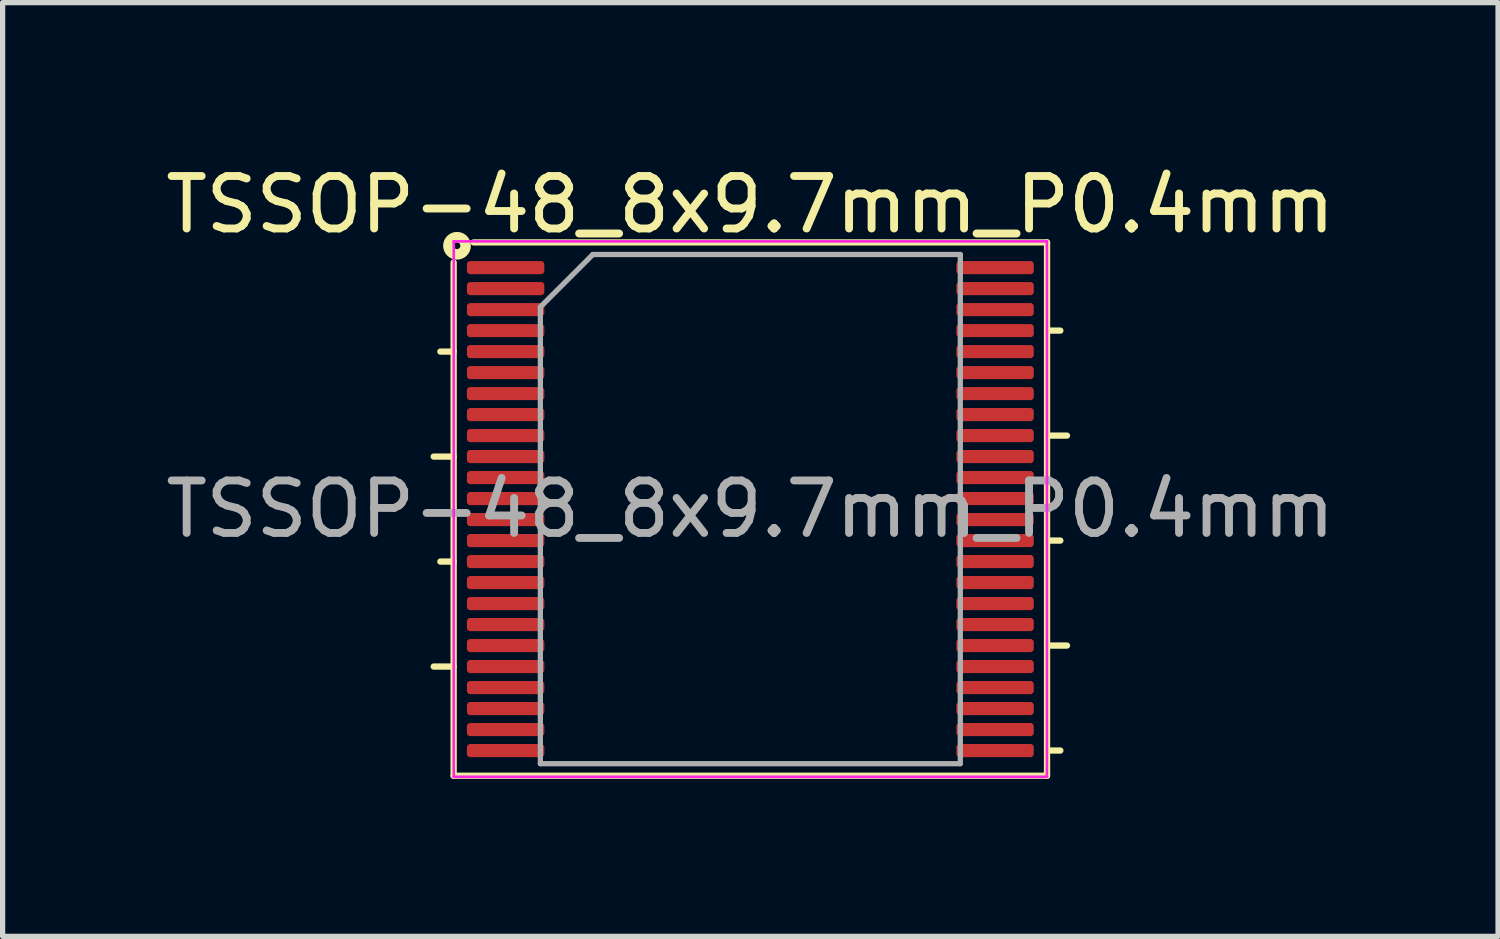
<source format=kicad_pcb>
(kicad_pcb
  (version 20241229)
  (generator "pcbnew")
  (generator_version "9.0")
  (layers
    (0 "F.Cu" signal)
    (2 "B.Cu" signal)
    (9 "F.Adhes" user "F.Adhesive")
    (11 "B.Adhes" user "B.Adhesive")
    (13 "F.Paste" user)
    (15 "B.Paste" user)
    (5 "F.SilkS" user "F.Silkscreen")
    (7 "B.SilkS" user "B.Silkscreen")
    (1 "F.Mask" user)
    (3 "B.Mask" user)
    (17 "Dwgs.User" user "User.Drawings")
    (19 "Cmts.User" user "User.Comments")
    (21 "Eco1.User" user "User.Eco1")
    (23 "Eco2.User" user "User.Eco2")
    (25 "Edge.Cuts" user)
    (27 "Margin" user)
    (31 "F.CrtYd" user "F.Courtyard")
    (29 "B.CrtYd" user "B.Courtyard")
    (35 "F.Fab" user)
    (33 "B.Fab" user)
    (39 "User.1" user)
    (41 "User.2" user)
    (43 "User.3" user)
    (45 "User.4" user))
  (footprint "TSSOP-48_8x9.7mm_P0.4mm"
    (layer "F.Cu")
    (at 11.244 6.648)
    (property "Reference" "TSSOP-48_8x9.7mm_P0.4mm" (at 0 -5.8 0) (layer "F.SilkS") (effects (font (size 1 1) (thickness 0.15))))
    (attr smd)
    (fp_line (start -6.032 -1) (end -5.652 -1) (stroke (width 0.12) (type solid)) (layer "F.SilkS"))
    (fp_line (start -6.032 3) (end -5.652 3) (stroke (width 0.12) (type solid)) (layer "F.SilkS"))
    (fp_line (start -5.905 -3) (end -5.652 -3) (stroke (width 0.12) (type solid)) (layer "F.SilkS"))
    (fp_line (start -5.905 1) (end -5.652 1) (stroke (width 0.12) (type solid)) (layer "F.SilkS"))
    (fp_line (start -5.652 -4.699) (end -5.652 5.08) (stroke (width 0.12) (type solid)) (layer "F.SilkS"))
    (fp_line (start -5.652 5.08) (end 5.652 5.08) (stroke (width 0.12) (type solid)) (layer "F.SilkS"))
    (fp_line (start 5.652 -5.08) (end -5.271 -5.08) (stroke (width 0.12) (type solid)) (layer "F.SilkS"))
    (fp_line (start 5.652 5.08) (end 5.652 -5.08) (stroke (width 0.12) (type solid)) (layer "F.SilkS"))
    (fp_line (start 5.905 -3.4) (end 5.652 -3.4) (stroke (width 0.12) (type solid)) (layer "F.SilkS"))
    (fp_line (start 5.905 0.6) (end 5.652 0.6) (stroke (width 0.12) (type solid)) (layer "F.SilkS"))
    (fp_line (start 5.905 4.6) (end 5.652 4.6) (stroke (width 0.12) (type solid)) (layer "F.SilkS"))
    (fp_line (start 6.032 -1.4) (end 5.652 -1.4) (stroke (width 0.12) (type solid)) (layer "F.SilkS"))
    (fp_line (start 6.032 2.6) (end 5.652 2.6) (stroke (width 0.12) (type solid)) (layer "F.SilkS"))
    (fp_circle (center -5.588 -5.016) (end -5.524 -5.016) (stroke (width 0.2) (type solid)) (fill no) (layer "F.SilkS"))
    (fp_line (start -5.65 -5.1) (end -5.65 5.1) (stroke (width 0.05) (type solid)) (layer "F.CrtYd"))
    (fp_line (start -5.65 5.1) (end 5.65 5.1) (stroke (width 0.05) (type solid)) (layer "F.CrtYd"))
    (fp_line (start 5.65 -5.1) (end -5.65 -5.1) (stroke (width 0.05) (type solid)) (layer "F.CrtYd"))
    (fp_line (start 5.65 5.1) (end 5.65 -5.1) (stroke (width 0.05) (type solid)) (layer "F.CrtYd"))
    (fp_line (start -4 -3.85) (end -3 -4.85) (stroke (width 0.1) (type solid)) (layer "F.Fab"))
    (fp_line (start -4 4.85) (end -4 -3.85) (stroke (width 0.1) (type solid)) (layer "F.Fab"))
    (fp_line (start -3 -4.85) (end 4 -4.85) (stroke (width 0.1) (type solid)) (layer "F.Fab"))
    (fp_line (start 4 -4.85) (end 4 4.85) (stroke (width 0.1) (type solid)) (layer "F.Fab"))
    (fp_line (start 4 4.85) (end -4 4.85) (stroke (width 0.1) (type solid)) (layer "F.Fab"))
    (fp_text user "${REFERENCE}" (at 0 0 0) (layer "F.Fab") (effects (font (size 1 1) (thickness 0.15))))
    (pad "1" smd roundrect (at -4.662 -4.6) (size 1.475 0.25) (layers "F.Cu" "F.Mask" "F.Paste") (roundrect_rratio 0.25))
    (pad "2" smd roundrect (at -4.662 -4.2) (size 1.475 0.25) (layers "F.Cu" "F.Mask" "F.Paste") (roundrect_rratio 0.25))
    (pad "3" smd roundrect (at -4.662 -3.8) (size 1.475 0.25) (layers "F.Cu" "F.Mask" "F.Paste") (roundrect_rratio 0.25))
    (pad "4" smd roundrect (at -4.662 -3.4) (size 1.475 0.25) (layers "F.Cu" "F.Mask" "F.Paste") (roundrect_rratio 0.25))
    (pad "5" smd roundrect (at -4.662 -3) (size 1.475 0.25) (layers "F.Cu" "F.Mask" "F.Paste") (roundrect_rratio 0.25))
    (pad "6" smd roundrect (at -4.662 -2.6) (size 1.475 0.25) (layers "F.Cu" "F.Mask" "F.Paste") (roundrect_rratio 0.25))
    (pad "7" smd roundrect (at -4.662 -2.2) (size 1.475 0.25) (layers "F.Cu" "F.Mask" "F.Paste") (roundrect_rratio 0.25))
    (pad "8" smd roundrect (at -4.662 -1.8) (size 1.475 0.25) (layers "F.Cu" "F.Mask" "F.Paste") (roundrect_rratio 0.25))
    (pad "9" smd roundrect (at -4.662 -1.4) (size 1.475 0.25) (layers "F.Cu" "F.Mask" "F.Paste") (roundrect_rratio 0.25))
    (pad "10" smd roundrect (at -4.662 -1) (size 1.475 0.25) (layers "F.Cu" "F.Mask" "F.Paste") (roundrect_rratio 0.25))
    (pad "11" smd roundrect (at -4.662 -0.6) (size 1.475 0.25) (layers "F.Cu" "F.Mask" "F.Paste") (roundrect_rratio 0.25))
    (pad "12" smd roundrect (at -4.662 -0.2) (size 1.475 0.25) (layers "F.Cu" "F.Mask" "F.Paste") (roundrect_rratio 0.25))
    (pad "13" smd roundrect (at -4.662 0.2) (size 1.475 0.25) (layers "F.Cu" "F.Mask" "F.Paste") (roundrect_rratio 0.25))
    (pad "14" smd roundrect (at -4.662 0.6) (size 1.475 0.25) (layers "F.Cu" "F.Mask" "F.Paste") (roundrect_rratio 0.25))
    (pad "15" smd roundrect (at -4.662 1) (size 1.475 0.25) (layers "F.Cu" "F.Mask" "F.Paste") (roundrect_rratio 0.25))
    (pad "16" smd roundrect (at -4.662 1.4) (size 1.475 0.25) (layers "F.Cu" "F.Mask" "F.Paste") (roundrect_rratio 0.25))
    (pad "17" smd roundrect (at -4.662 1.8) (size 1.475 0.25) (layers "F.Cu" "F.Mask" "F.Paste") (roundrect_rratio 0.25))
    (pad "18" smd roundrect (at -4.662 2.2) (size 1.475 0.25) (layers "F.Cu" "F.Mask" "F.Paste") (roundrect_rratio 0.25))
    (pad "19" smd roundrect (at -4.662 2.6) (size 1.475 0.25) (layers "F.Cu" "F.Mask" "F.Paste") (roundrect_rratio 0.25))
    (pad "20" smd roundrect (at -4.662 3) (size 1.475 0.25) (layers "F.Cu" "F.Mask" "F.Paste") (roundrect_rratio 0.25))
    (pad "21" smd roundrect (at -4.662 3.4) (size 1.475 0.25) (layers "F.Cu" "F.Mask" "F.Paste") (roundrect_rratio 0.25))
    (pad "22" smd roundrect (at -4.662 3.8) (size 1.475 0.25) (layers "F.Cu" "F.Mask" "F.Paste") (roundrect_rratio 0.25))
    (pad "23" smd roundrect (at -4.662 4.2) (size 1.475 0.25) (layers "F.Cu" "F.Mask" "F.Paste") (roundrect_rratio 0.25))
    (pad "24" smd roundrect (at -4.662 4.6) (size 1.475 0.25) (layers "F.Cu" "F.Mask" "F.Paste") (roundrect_rratio 0.25))
    (pad "25" smd roundrect (at 4.662 4.6) (size 1.475 0.25) (layers "F.Cu" "F.Mask" "F.Paste") (roundrect_rratio 0.25))
    (pad "26" smd roundrect (at 4.662 4.2) (size 1.475 0.25) (layers "F.Cu" "F.Mask" "F.Paste") (roundrect_rratio 0.25))
    (pad "27" smd roundrect (at 4.662 3.8) (size 1.475 0.25) (layers "F.Cu" "F.Mask" "F.Paste") (roundrect_rratio 0.25))
    (pad "28" smd roundrect (at 4.662 3.4) (size 1.475 0.25) (layers "F.Cu" "F.Mask" "F.Paste") (roundrect_rratio 0.25))
    (pad "29" smd roundrect (at 4.662 3) (size 1.475 0.25) (layers "F.Cu" "F.Mask" "F.Paste") (roundrect_rratio 0.25))
    (pad "30" smd roundrect (at 4.662 2.6) (size 1.475 0.25) (layers "F.Cu" "F.Mask" "F.Paste") (roundrect_rratio 0.25))
    (pad "31" smd roundrect (at 4.662 2.2) (size 1.475 0.25) (layers "F.Cu" "F.Mask" "F.Paste") (roundrect_rratio 0.25))
    (pad "32" smd roundrect (at 4.662 1.8) (size 1.475 0.25) (layers "F.Cu" "F.Mask" "F.Paste") (roundrect_rratio 0.25))
    (pad "33" smd roundrect (at 4.662 1.4) (size 1.475 0.25) (layers "F.Cu" "F.Mask" "F.Paste") (roundrect_rratio 0.25))
    (pad "34" smd roundrect (at 4.662 1) (size 1.475 0.25) (layers "F.Cu" "F.Mask" "F.Paste") (roundrect_rratio 0.25))
    (pad "35" smd roundrect (at 4.662 0.6) (size 1.475 0.25) (layers "F.Cu" "F.Mask" "F.Paste") (roundrect_rratio 0.25))
    (pad "36" smd roundrect (at 4.662 0.2) (size 1.475 0.25) (layers "F.Cu" "F.Mask" "F.Paste") (roundrect_rratio 0.25))
    (pad "37" smd roundrect (at 4.662 -0.2) (size 1.475 0.25) (layers "F.Cu" "F.Mask" "F.Paste") (roundrect_rratio 0.25))
    (pad "38" smd roundrect (at 4.662 -0.6) (size 1.475 0.25) (layers "F.Cu" "F.Mask" "F.Paste") (roundrect_rratio 0.25))
    (pad "39" smd roundrect (at 4.662 -1) (size 1.475 0.25) (layers "F.Cu" "F.Mask" "F.Paste") (roundrect_rratio 0.25))
    (pad "40" smd roundrect (at 4.662 -1.4) (size 1.475 0.25) (layers "F.Cu" "F.Mask" "F.Paste") (roundrect_rratio 0.25))
    (pad "41" smd roundrect (at 4.662 -1.8) (size 1.475 0.25) (layers "F.Cu" "F.Mask" "F.Paste") (roundrect_rratio 0.25))
    (pad "42" smd roundrect (at 4.662 -2.2) (size 1.475 0.25) (layers "F.Cu" "F.Mask" "F.Paste") (roundrect_rratio 0.25))
    (pad "43" smd roundrect (at 4.662 -2.6) (size 1.475 0.25) (layers "F.Cu" "F.Mask" "F.Paste") (roundrect_rratio 0.25))
    (pad "44" smd roundrect (at 4.662 -3) (size 1.475 0.25) (layers "F.Cu" "F.Mask" "F.Paste") (roundrect_rratio 0.25))
    (pad "45" smd roundrect (at 4.662 -3.4) (size 1.475 0.25) (layers "F.Cu" "F.Mask" "F.Paste") (roundrect_rratio 0.25))
    (pad "46" smd roundrect (at 4.662 -3.8) (size 1.475 0.25) (layers "F.Cu" "F.Mask" "F.Paste") (roundrect_rratio 0.25))
    (pad "47" smd roundrect (at 4.662 -4.2) (size 1.475 0.25) (layers "F.Cu" "F.Mask" "F.Paste") (roundrect_rratio 0.25))
    (pad "48" smd roundrect (at 4.662 -4.6) (size 1.475 0.25) (layers "F.Cu" "F.Mask" "F.Paste") (roundrect_rratio 0.25)))
  (gr_rect
    (start -3 -3)
    (end 25.488 14.788)
    (stroke (width 0.1) (type default))
    (fill no)
    (layer "Edge.Cuts")))
</source>
